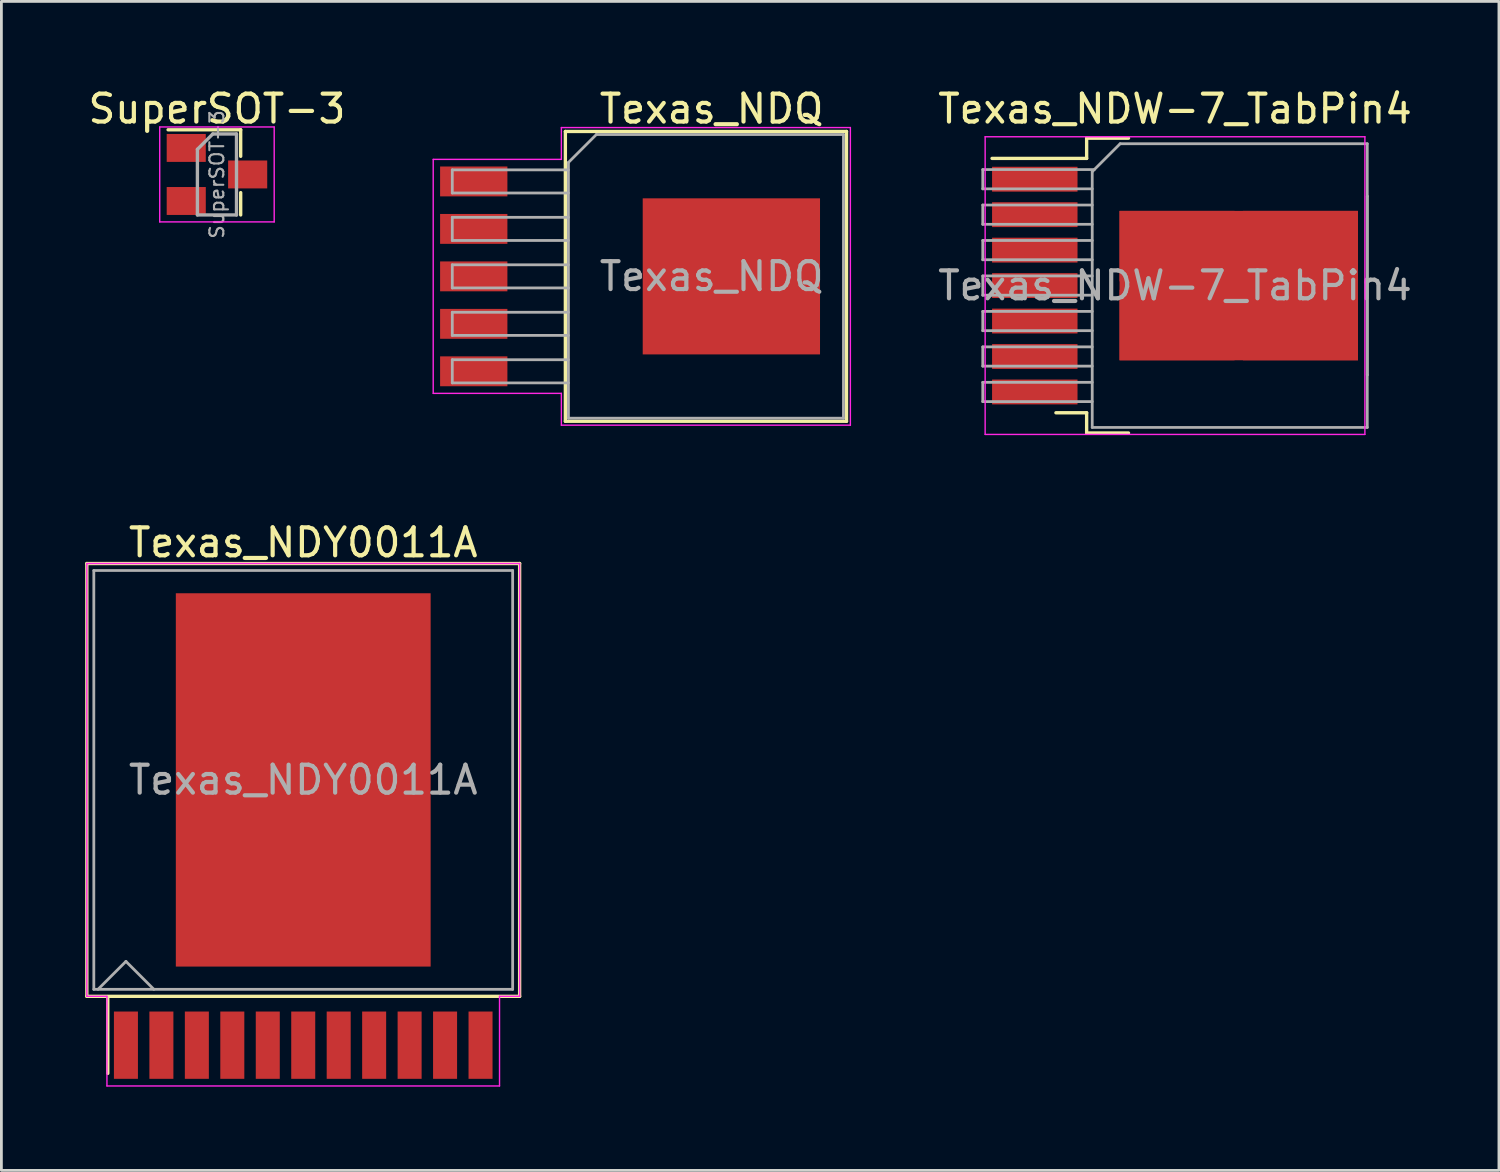
<source format=kicad_pcb>
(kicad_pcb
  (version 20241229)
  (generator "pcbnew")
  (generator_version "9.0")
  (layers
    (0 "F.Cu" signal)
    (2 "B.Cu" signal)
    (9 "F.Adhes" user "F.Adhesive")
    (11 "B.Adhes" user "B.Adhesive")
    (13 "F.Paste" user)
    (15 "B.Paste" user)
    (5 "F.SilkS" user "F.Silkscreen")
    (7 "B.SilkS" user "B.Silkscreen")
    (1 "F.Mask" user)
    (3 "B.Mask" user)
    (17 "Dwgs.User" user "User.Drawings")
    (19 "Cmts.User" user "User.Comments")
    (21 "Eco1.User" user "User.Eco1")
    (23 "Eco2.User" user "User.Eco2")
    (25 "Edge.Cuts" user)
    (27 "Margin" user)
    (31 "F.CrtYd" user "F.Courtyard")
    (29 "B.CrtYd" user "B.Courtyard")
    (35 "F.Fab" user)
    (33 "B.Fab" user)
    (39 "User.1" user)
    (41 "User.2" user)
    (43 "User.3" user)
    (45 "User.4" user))
  (footprint "SuperSOT-3"
    (layer "F.Cu")
    (at 4.72 3.198)
    (property "Reference" "SuperSOT-3" (at 0 -2.35 0) (layer "F.SilkS") (effects (font (size 1 1) (thickness 0.15))))
    (attr smd)
    (fp_line (start -1.75 -1.6) (end 0.85 -1.6) (stroke (width 0.12) (type solid)) (layer "F.SilkS"))
    (fp_line (start 0.85 -1.6) (end 0.85 -0.65) (stroke (width 0.12) (type solid)) (layer "F.SilkS"))
    (fp_line (start 0.85 0.65) (end 0.85 1.45) (stroke (width 0.12) (type solid)) (layer "F.SilkS"))
    (fp_line (start -2.05 -1.7) (end -2.05 1.7) (stroke (width 0.05) (type solid)) (layer "F.CrtYd"))
    (fp_line (start -2.05 -1.7) (end 2.05 -1.7) (stroke (width 0.05) (type solid)) (layer "F.CrtYd"))
    (fp_line (start 2.05 1.7) (end -2.05 1.7) (stroke (width 0.05) (type solid)) (layer "F.CrtYd"))
    (fp_line (start 2.05 1.7) (end 2.05 -1.7) (stroke (width 0.05) (type solid)) (layer "F.CrtYd"))
    (fp_line (start -0.7 -0.9) (end -0.15 -1.45) (stroke (width 0.12) (type solid)) (layer "F.Fab"))
    (fp_line (start -0.7 1.45) (end -0.7 -0.9) (stroke (width 0.12) (type solid)) (layer "F.Fab"))
    (fp_line (start -0.15 -1.45) (end 0.7 -1.45) (stroke (width 0.12) (type solid)) (layer "F.Fab"))
    (fp_line (start 0.7 -1.45) (end 0.7 1.45) (stroke (width 0.12) (type solid)) (layer "F.Fab"))
    (fp_line (start 0.7 1.45) (end -0.7 1.45) (stroke (width 0.12) (type solid)) (layer "F.Fab"))
    (fp_text user "${REFERENCE}" (at 0 0 90) (layer "F.Fab") (effects (font (size 0.5 0.5) (thickness 0.075))))
    (pad "1" smd rect (at -1.1 -0.95) (size 1.4 1) (layers "F.Cu" "F.Mask" "F.Paste"))
    (pad "2" smd rect (at -1.1 0.95) (size 1.4 1) (layers "F.Cu" "F.Mask" "F.Paste"))
    (pad "3" smd rect (at 1.1 0) (size 1.4 1) (layers "F.Cu" "F.Mask" "F.Paste")))
  (footprint "Texas_NDW-7_TabPin4"
    (layer "F.Cu")
    (at 39.032 7.178)
    (property "Reference" "Texas_NDW-7_TabPin4" (at 0 -6.33 0) (layer "F.SilkS") (effects (font (size 1 1) (thickness 0.15))))
    (attr smd)
    (fp_line (start -3.165 -5.28) (end -3.165 -4.555) (stroke (width 0.12) (type solid)) (layer "F.SilkS"))
    (fp_line (start -3.165 -4.555) (end -6.553 -4.555) (stroke (width 0.12) (type solid)) (layer "F.SilkS"))
    (fp_line (start -3.165 4.555) (end -4.265 4.555) (stroke (width 0.12) (type solid)) (layer "F.SilkS"))
    (fp_line (start -3.165 5.28) (end -3.165 4.555) (stroke (width 0.12) (type solid)) (layer "F.SilkS"))
    (fp_line (start -1.665 -5.28) (end -3.165 -5.28) (stroke (width 0.12) (type solid)) (layer "F.SilkS"))
    (fp_line (start -1.665 5.28) (end -3.165 5.28) (stroke (width 0.12) (type solid)) (layer "F.SilkS"))
    (fp_line (start -6.8 -5.33) (end -6.8 5.33) (stroke (width 0.05) (type solid)) (layer "F.CrtYd"))
    (fp_line (start -6.8 5.33) (end 6.8 5.33) (stroke (width 0.05) (type solid)) (layer "F.CrtYd"))
    (fp_line (start 6.8 -5.33) (end -6.8 -5.33) (stroke (width 0.05) (type solid)) (layer "F.CrtYd"))
    (fp_line (start 6.8 5.33) (end 6.8 -5.33) (stroke (width 0.05) (type solid)) (layer "F.CrtYd"))
    (fp_line (start -6.885 -4.155) (end -6.885 -3.465) (stroke (width 0.1) (type solid)) (layer "F.Fab"))
    (fp_line (start -6.885 -3.465) (end -2.965 -3.465) (stroke (width 0.1) (type solid)) (layer "F.Fab"))
    (fp_line (start -6.885 -2.885) (end -6.885 -2.195) (stroke (width 0.1) (type solid)) (layer "F.Fab"))
    (fp_line (start -6.885 -2.195) (end -2.965 -2.195) (stroke (width 0.1) (type solid)) (layer "F.Fab"))
    (fp_line (start -6.885 -1.615) (end -6.885 -0.925) (stroke (width 0.1) (type solid)) (layer "F.Fab"))
    (fp_line (start -6.885 -0.925) (end -2.965 -0.925) (stroke (width 0.1) (type solid)) (layer "F.Fab"))
    (fp_line (start -6.885 -0.345) (end -6.885 0.345) (stroke (width 0.1) (type solid)) (layer "F.Fab"))
    (fp_line (start -6.885 0.345) (end -2.965 0.345) (stroke (width 0.1) (type solid)) (layer "F.Fab"))
    (fp_line (start -6.885 0.925) (end -6.885 1.615) (stroke (width 0.1) (type solid)) (layer "F.Fab"))
    (fp_line (start -6.885 1.615) (end -2.965 1.615) (stroke (width 0.1) (type solid)) (layer "F.Fab"))
    (fp_line (start -6.885 2.195) (end -6.885 2.885) (stroke (width 0.1) (type solid)) (layer "F.Fab"))
    (fp_line (start -6.885 2.885) (end -2.965 2.885) (stroke (width 0.1) (type solid)) (layer "F.Fab"))
    (fp_line (start -6.885 3.465) (end -6.885 4.155) (stroke (width 0.1) (type solid)) (layer "F.Fab"))
    (fp_line (start -6.885 4.155) (end -2.965 4.155) (stroke (width 0.1) (type solid)) (layer "F.Fab"))
    (fp_line (start -2.965 -4.08) (end -1.965 -5.08) (stroke (width 0.1) (type solid)) (layer "F.Fab"))
    (fp_line (start -2.965 -2.885) (end -6.885 -2.885) (stroke (width 0.1) (type solid)) (layer "F.Fab"))
    (fp_line (start -2.965 -1.615) (end -6.885 -1.615) (stroke (width 0.1) (type solid)) (layer "F.Fab"))
    (fp_line (start -2.965 -0.345) (end -6.885 -0.345) (stroke (width 0.1) (type solid)) (layer "F.Fab"))
    (fp_line (start -2.965 0.925) (end -6.885 0.925) (stroke (width 0.1) (type solid)) (layer "F.Fab"))
    (fp_line (start -2.965 2.195) (end -6.885 2.195) (stroke (width 0.1) (type solid)) (layer "F.Fab"))
    (fp_line (start -2.965 3.465) (end -6.885 3.465) (stroke (width 0.1) (type solid)) (layer "F.Fab"))
    (fp_line (start -2.965 5.08) (end -2.965 -4.08) (stroke (width 0.1) (type solid)) (layer "F.Fab"))
    (fp_line (start -2.89 -4.155) (end -6.885 -4.155) (stroke (width 0.1) (type solid)) (layer "F.Fab"))
    (fp_line (start -1.965 -5.08) (end 6.885 -5.08) (stroke (width 0.1) (type solid)) (layer "F.Fab"))
    (fp_line (start 6.885 -5.08) (end 6.885 5.08) (stroke (width 0.1) (type solid)) (layer "F.Fab"))
    (fp_line (start 6.885 -3.2) (end 6.885 -3.2) (stroke (width 0.1) (type solid)) (layer "F.Fab"))
    (fp_line (start 6.885 -3.2) (end 6.885 3.2) (stroke (width 0.1) (type solid)) (layer "F.Fab"))
    (fp_line (start 6.885 3.2) (end 6.885 3.2) (stroke (width 0.1) (type solid)) (layer "F.Fab"))
    (fp_line (start 6.885 5.08) (end -2.965 5.08) (stroke (width 0.1) (type solid)) (layer "F.Fab"))
    (fp_text user "${REFERENCE}" (at 0 0 0) (layer "F.Fab") (effects (font (size 1 1) (thickness 0.15))))
    (pad "1" smd rect (at -5.022 -3.81) (size 3.06 0.89) (layers "F.Cu" "F.Mask" "F.Paste"))
    (pad "2" smd rect (at -5.022 -2.54) (size 3.06 0.89) (layers "F.Cu" "F.Mask" "F.Paste"))
    (pad "3" smd rect (at -5.022 -1.27) (size 3.06 0.89) (layers "F.Cu" "F.Mask" "F.Paste"))
    (pad "4" smd rect (at -5.022 0) (size 3.06 0.89) (layers "F.Cu" "F.Mask" "F.Paste"))
    (pad "4" smd rect (at 0.072 -1.413) (size 4.12 2.525) (layers "F.Cu" "F.Paste"))
    (pad "4" smd rect (at 0.072 1.413) (size 4.12 2.525) (layers "F.Cu" "F.Paste"))
    (pad "4" smd rect (at 2.283 0) (size 8.54 5.35) (layers "F.Cu" "F.Mask"))
    (pad "4" smd rect (at 4.492 -1.413) (size 4.12 2.525) (layers "F.Cu" "F.Paste"))
    (pad "4" smd rect (at 4.492 1.413) (size 4.12 2.525) (layers "F.Cu" "F.Paste"))
    (pad "5" smd rect (at -5.022 1.27) (size 3.06 0.89) (layers "F.Cu" "F.Mask" "F.Paste"))
    (pad "6" smd rect (at -5.022 2.54) (size 3.06 0.89) (layers "F.Cu" "F.Mask" "F.Paste"))
    (pad "7" smd rect (at -5.022 3.81) (size 3.06 0.89) (layers "F.Cu" "F.Mask" "F.Paste")))
  (footprint "Texas_NDQ"
    (layer "F.Cu")
    (at 19.935 6.848)
    (property "Reference" "Texas_NDQ" (at 2.5 -6 0) (layer "F.SilkS") (effects (font (size 1 1) (thickness 0.15))))
    (attr smd)
    (fp_line (start -2.737 -5.19) (end -2.737 5.19) (stroke (width 0.12) (type solid)) (layer "F.SilkS"))
    (fp_line (start -2.737 -5.19) (end 7.332 -5.19) (stroke (width 0.12) (type solid)) (layer "F.SilkS"))
    (fp_line (start 7.332 5.19) (end -2.737 5.19) (stroke (width 0.12) (type solid)) (layer "F.SilkS"))
    (fp_line (start 7.332 5.19) (end 7.332 -5.19) (stroke (width 0.12) (type solid)) (layer "F.SilkS"))
    (fp_line (start -7.47 4.19) (end -7.47 -4.19) (stroke (width 0.05) (type solid)) (layer "F.CrtYd"))
    (fp_line (start -2.88 -4.19) (end -7.47 -4.19) (stroke (width 0.05) (type solid)) (layer "F.CrtYd"))
    (fp_line (start -2.88 -4.19) (end -2.88 -5.33) (stroke (width 0.05) (type solid)) (layer "F.CrtYd"))
    (fp_line (start -2.88 4.19) (end -7.47 4.19) (stroke (width 0.05) (type solid)) (layer "F.CrtYd"))
    (fp_line (start -2.88 5.33) (end -2.88 4.19) (stroke (width 0.05) (type solid)) (layer "F.CrtYd"))
    (fp_line (start 7.47 -5.33) (end -2.88 -5.33) (stroke (width 0.05) (type solid)) (layer "F.CrtYd"))
    (fp_line (start 7.47 -5.33) (end 7.47 5.33) (stroke (width 0.05) (type solid)) (layer "F.CrtYd"))
    (fp_line (start 7.47 5.33) (end -2.88 5.33) (stroke (width 0.05) (type solid)) (layer "F.CrtYd"))
    (fp_line (start -6.787 -3.815) (end -6.787 -2.985) (stroke (width 0.1) (type solid)) (layer "F.Fab"))
    (fp_line (start -6.787 -2.115) (end -6.787 -1.285) (stroke (width 0.1) (type solid)) (layer "F.Fab"))
    (fp_line (start -6.787 -0.415) (end -6.787 0.415) (stroke (width 0.1) (type solid)) (layer "F.Fab"))
    (fp_line (start -6.787 1.285) (end -6.787 2.115) (stroke (width 0.1) (type solid)) (layer "F.Fab"))
    (fp_line (start -6.787 2.985) (end -6.787 3.815) (stroke (width 0.1) (type solid)) (layer "F.Fab"))
    (fp_line (start -2.627 -3.815) (end -6.787 -3.815) (stroke (width 0.1) (type solid)) (layer "F.Fab"))
    (fp_line (start -2.627 -2.985) (end -6.787 -2.985) (stroke (width 0.1) (type solid)) (layer "F.Fab"))
    (fp_line (start -2.627 -2.115) (end -6.787 -2.115) (stroke (width 0.1) (type solid)) (layer "F.Fab"))
    (fp_line (start -2.627 -1.285) (end -6.787 -1.285) (stroke (width 0.1) (type solid)) (layer "F.Fab"))
    (fp_line (start -2.627 -0.415) (end -6.787 -0.415) (stroke (width 0.1) (type solid)) (layer "F.Fab"))
    (fp_line (start -2.627 0.415) (end -6.787 0.415) (stroke (width 0.1) (type solid)) (layer "F.Fab"))
    (fp_line (start -2.627 1.285) (end -6.787 1.285) (stroke (width 0.1) (type solid)) (layer "F.Fab"))
    (fp_line (start -2.627 2.115) (end -6.787 2.115) (stroke (width 0.1) (type solid)) (layer "F.Fab"))
    (fp_line (start -2.627 2.985) (end -6.787 2.985) (stroke (width 0.1) (type solid)) (layer "F.Fab"))
    (fp_line (start -2.627 3.815) (end -6.787 3.815) (stroke (width 0.1) (type solid)) (layer "F.Fab"))
    (fp_line (start -2.627 5.08) (end -2.627 -4.08) (stroke (width 0.1) (type solid)) (layer "F.Fab"))
    (fp_line (start -1.627 -5.08) (end -2.627 -4.08) (stroke (width 0.1) (type solid)) (layer "F.Fab"))
    (fp_line (start -1.627 -5.08) (end 7.223 -5.08) (stroke (width 0.1) (type solid)) (layer "F.Fab"))
    (fp_line (start 7.223 -5.08) (end 7.223 5.08) (stroke (width 0.1) (type solid)) (layer "F.Fab"))
    (fp_line (start 7.223 5.08) (end -2.627 5.08) (stroke (width 0.1) (type solid)) (layer "F.Fab"))
    (fp_text user "${REFERENCE}" (at 2.5 0 0) (layer "F.Fab") (effects (font (size 1 1) (thickness 0.15))))
    (pad "1" smd rect (at -6.018 -3.4) (size 2.41 1.07) (layers "F.Cu" "F.Mask" "F.Paste"))
    (pad "2" smd rect (at -6.018 -1.7) (size 2.41 1.07) (layers "F.Cu" "F.Mask" "F.Paste"))
    (pad "3" smd rect (at -6.018 0) (size 2.41 1.07) (layers "F.Cu" "F.Mask" "F.Paste"))
    (pad "4" smd rect (at -6.018 1.7) (size 2.41 1.07) (layers "F.Cu" "F.Mask" "F.Paste"))
    (pad "5" smd rect (at -6.018 3.4) (size 2.41 1.07) (layers "F.Cu" "F.Mask" "F.Paste"))
    (pad "6" smd rect (at 3.208 0) (size 6.35 5.59) (layers "F.Cu" "F.Mask" "F.Paste")))
  (footprint "Texas_NDY0011A"
    (layer "F.Cu")
    (at 7.81 26.892)
    (property "Reference" "Texas_NDY0011A" (at 0 -10.51 0) (layer "F.SilkS") (effects (font (size 1 1) (thickness 0.15))))
    (attr smd)
    (fp_line (start -7.75 -9.76) (end 7.75 -9.76) (stroke (width 0.12) (type solid)) (layer "F.SilkS"))
    (fp_line (start -7.75 5.74) (end -7.75 -9.76) (stroke (width 0.12) (type solid)) (layer "F.SilkS"))
    (fp_line (start -7.75 5.74) (end 7.75 5.74) (stroke (width 0.12) (type solid)) (layer "F.SilkS"))
    (fp_line (start -7 5.75) (end -7 8.5) (stroke (width 0.12) (type solid)) (layer "F.SilkS"))
    (fp_line (start 7.75 -9.76) (end 7.75 5.74) (stroke (width 0.12) (type solid)) (layer "F.SilkS"))
    (fp_line (start -7.75 -9.76) (end 7.75 -9.76) (stroke (width 0.05) (type solid)) (layer "F.CrtYd"))
    (fp_line (start -7.75 5.74) (end -7.75 -9.76) (stroke (width 0.05) (type solid)) (layer "F.CrtYd"))
    (fp_line (start -7.03 5.74) (end -7.75 5.74) (stroke (width 0.05) (type solid)) (layer "F.CrtYd"))
    (fp_line (start -7.03 8.95) (end -7.03 5.74) (stroke (width 0.05) (type solid)) (layer "F.CrtYd"))
    (fp_line (start 7.03 5.74) (end 7.03 8.95) (stroke (width 0.05) (type solid)) (layer "F.CrtYd"))
    (fp_line (start 7.03 8.95) (end -7.03 8.95) (stroke (width 0.05) (type solid)) (layer "F.CrtYd"))
    (fp_line (start 7.75 -9.76) (end 7.75 5.74) (stroke (width 0.05) (type solid)) (layer "F.CrtYd"))
    (fp_line (start 7.75 5.74) (end 7.03 5.74) (stroke (width 0.05) (type solid)) (layer "F.CrtYd"))
    (fp_line (start -7.5 -9.51) (end 7.5 -9.51) (stroke (width 0.1) (type solid)) (layer "F.Fab"))
    (fp_line (start -7.5 5.49) (end -7.5 -9.51) (stroke (width 0.1) (type solid)) (layer "F.Fab"))
    (fp_line (start -7.35 5.49) (end -6.35 4.49) (stroke (width 0.1) (type solid)) (layer "F.Fab"))
    (fp_line (start -6.35 4.49) (end -5.35 5.49) (stroke (width 0.1) (type solid)) (layer "F.Fab"))
    (fp_line (start 7.5 -9.51) (end 7.5 5.49) (stroke (width 0.1) (type solid)) (layer "F.Fab"))
    (fp_line (start 7.5 5.49) (end -7.5 5.49) (stroke (width 0.1) (type solid)) (layer "F.Fab"))
    (fp_text user "${REFERENCE}" (at 0 -2.01 0) (layer "F.Fab") (effects (font (size 1 1) (thickness 0.15))))
    (pad "1" smd rect (at -6.35 7.49) (size 0.86 2.41) (layers "F.Cu" "F.Mask" "F.Paste"))
    (pad "2" smd rect (at -5.08 7.49) (size 0.86 2.41) (layers "F.Cu" "F.Mask" "F.Paste"))
    (pad "3" smd rect (at -3.81 7.49) (size 0.86 2.41) (layers "F.Cu" "F.Mask" "F.Paste"))
    (pad "4" smd rect (at -2.54 7.49) (size 0.86 2.41) (layers "F.Cu" "F.Mask" "F.Paste"))
    (pad "5" smd rect (at -1.27 7.49) (size 0.86 2.41) (layers "F.Cu" "F.Mask" "F.Paste"))
    (pad "6" smd rect (at 0 7.49) (size 0.86 2.41) (layers "F.Cu" "F.Mask" "F.Paste"))
    (pad "7" smd rect (at 1.27 7.49) (size 0.86 2.41) (layers "F.Cu" "F.Mask" "F.Paste"))
    (pad "8" smd rect (at 2.54 7.49) (size 0.86 2.41) (layers "F.Cu" "F.Mask" "F.Paste"))
    (pad "9" smd rect (at 3.81 7.49) (size 0.86 2.41) (layers "F.Cu" "F.Mask" "F.Paste"))
    (pad "10" smd rect (at 5.08 7.49) (size 0.86 2.41) (layers "F.Cu" "F.Mask" "F.Paste"))
    (pad "11" smd rect (at 6.35 7.49) (size 0.86 2.41) (layers "F.Cu" "F.Mask" "F.Paste"))
    (pad "12" smd rect (at 0 -2.01) (size 9.126 13.37) (layers "F.Cu" "F.Mask" "F.Paste")))
  (gr_rect
    (start -3 -3)
    (end 50.633 38.867)
    (stroke (width 0.1) (type default))
    (fill no)
    (layer "Edge.Cuts")))
</source>
